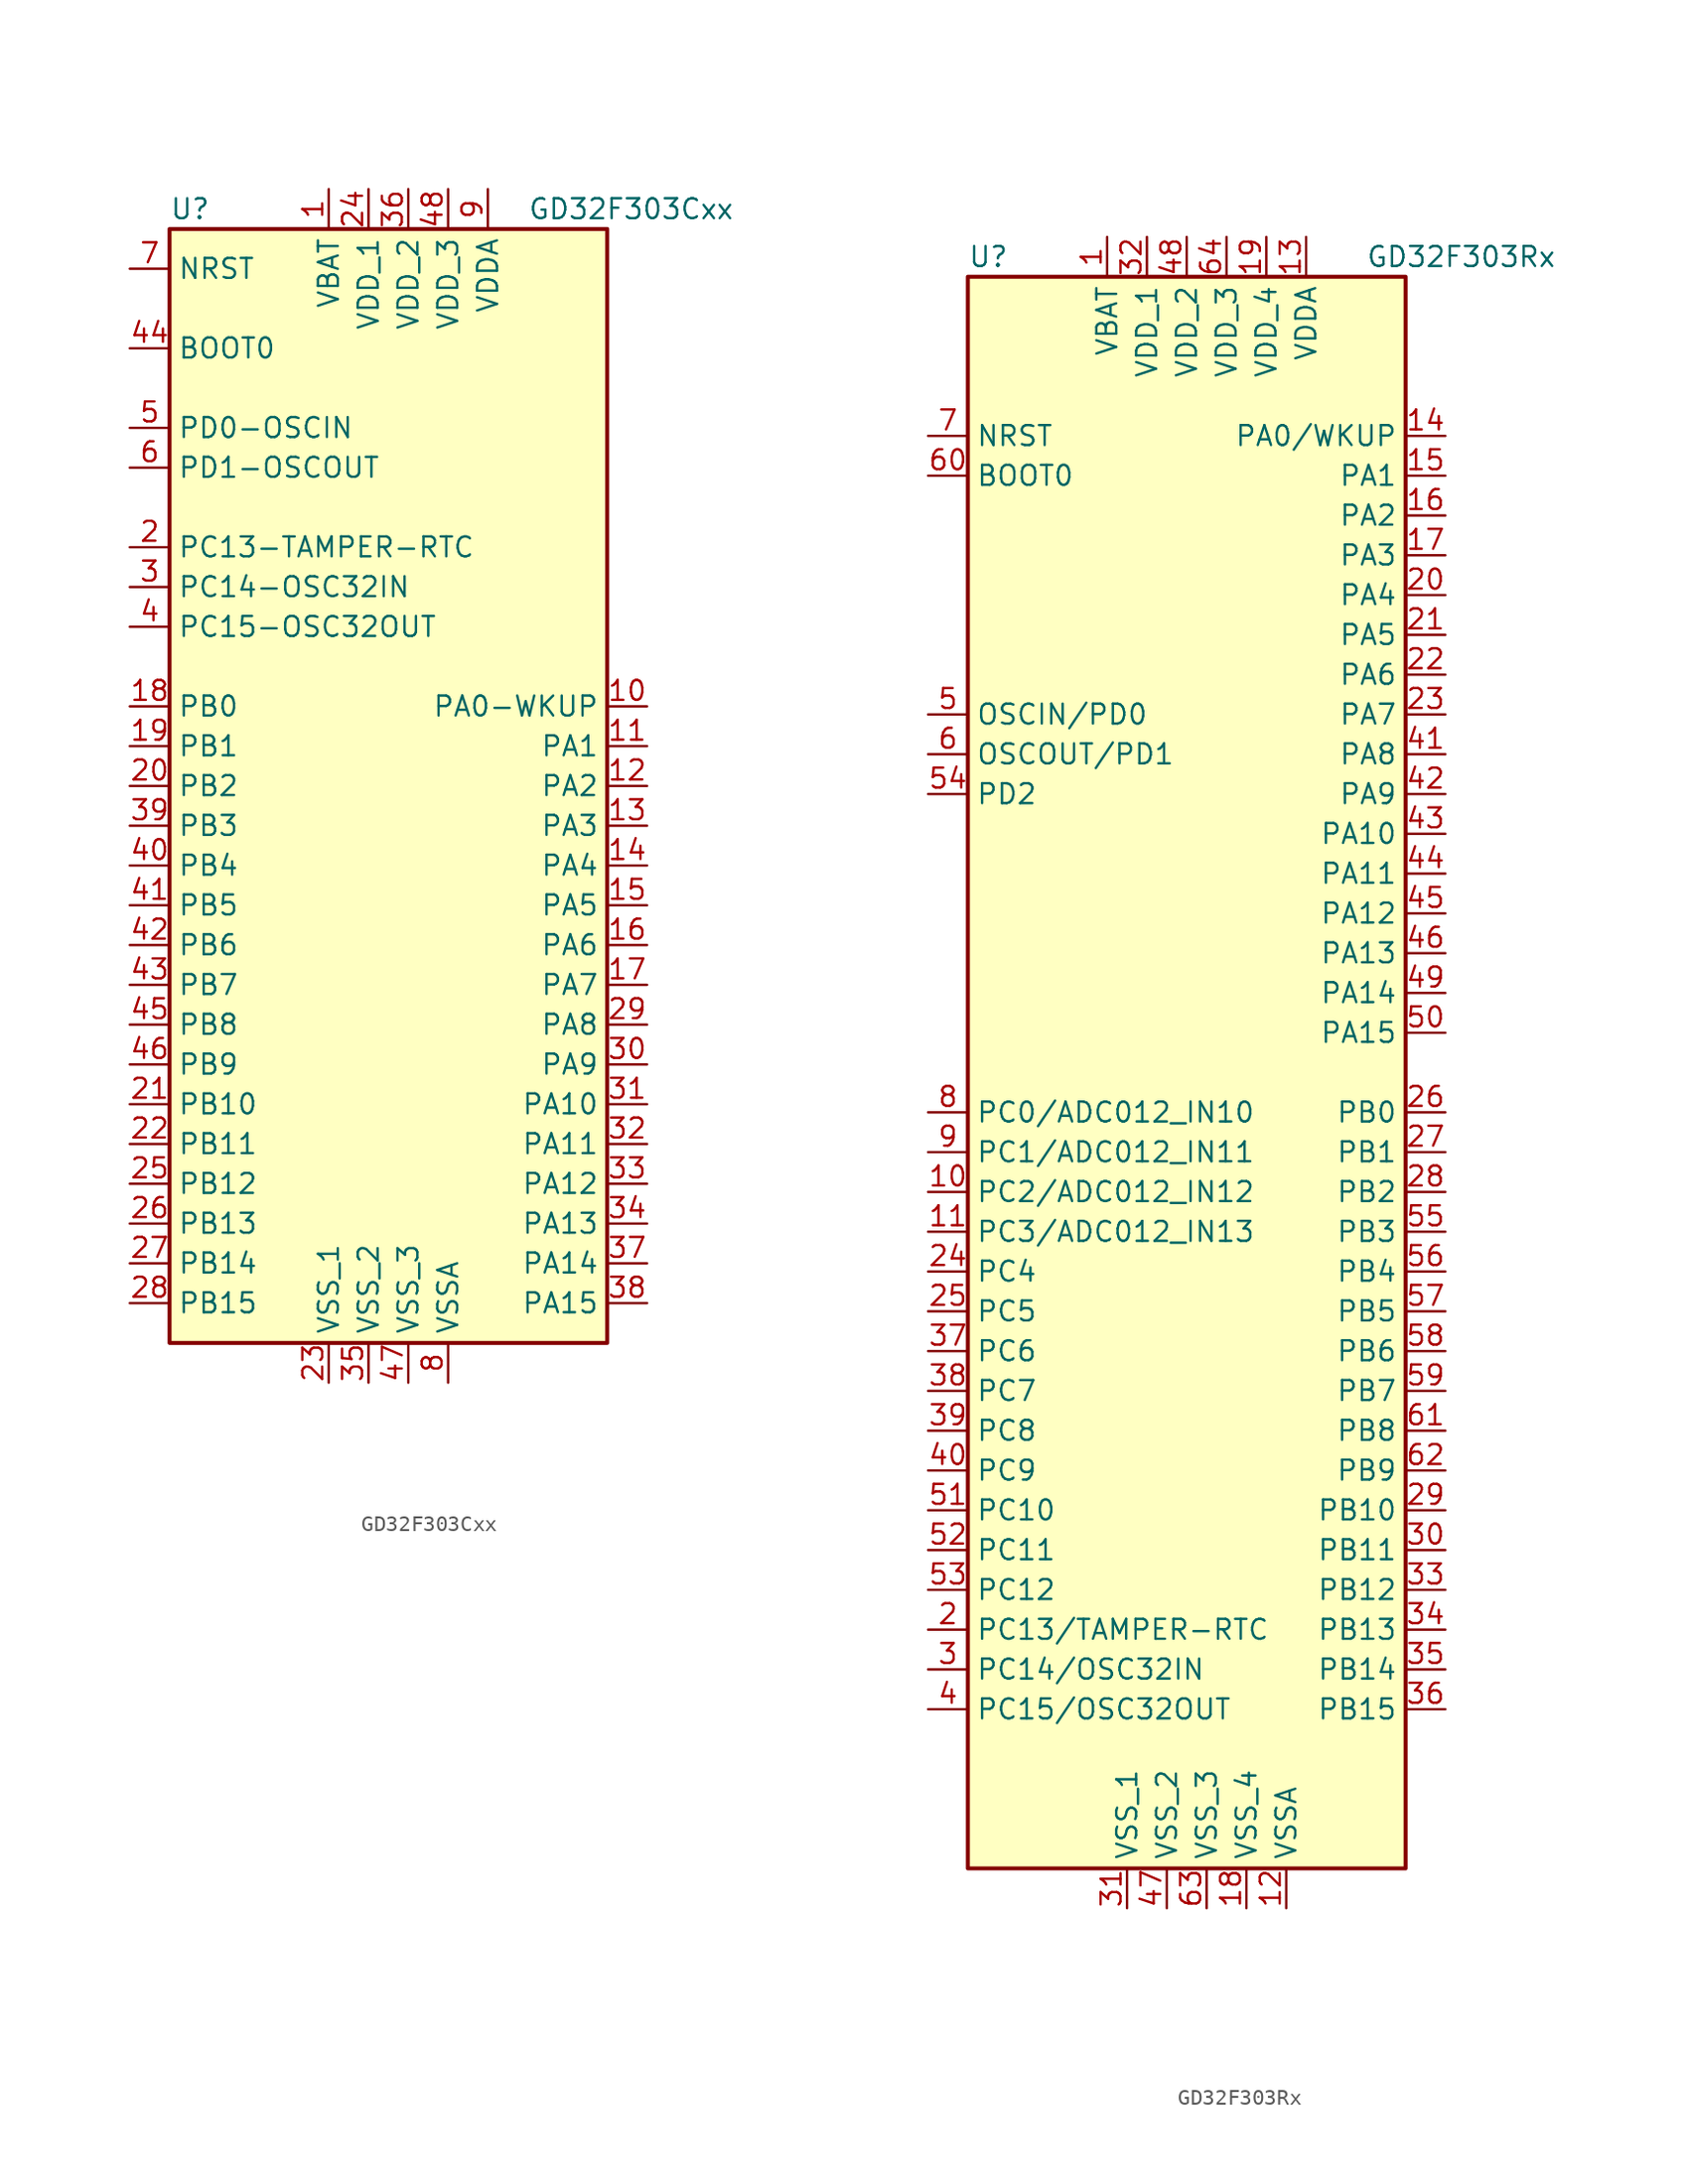
<source format=kicad_sym>
(kicad_symbol_lib
  (version 20211014)
  (generator kicad_symbol_editor)
  (symbol "GD32F303Cxx"
    (property "Reference" "U"
      (at -15.24 36.83 0)
      (effects (font (size 1.27 1.27)) (justify left)))
    (property "Value" "GD32F303Cxx"
      (at 7.62 36.83 0)
      (effects (font (size 1.27 1.27)) (justify left)))
    (symbol "GD32F303Cxx_0_1"
      (rectangle (start -15.24 -35.56) (end 12.7 35.56) (stroke (width 0.254) (type default) (color 0 0 0 0)) (fill (type background))))
    (symbol "GD32F303Cxx_1_1"
      (pin power_in line (at -5.08 38.1 270) (length 2.54) (name "VBAT" (effects (font (size 1.27 1.27)))) (number "1" (effects (font (size 1.27 1.27)))))
      (pin bidirectional line (at 15.24 5.08 180) (length 2.54) (name "PA0-WKUP" (effects (font (size 1.27 1.27)))) (number "10" (effects (font (size 1.27 1.27)))))
      (pin bidirectional line (at 15.24 2.54 180) (length 2.54) (name "PA1" (effects (font (size 1.27 1.27)))) (number "11" (effects (font (size 1.27 1.27)))))
      (pin bidirectional line (at 15.24 0 180) (length 2.54) (name "PA2" (effects (font (size 1.27 1.27)))) (number "12" (effects (font (size 1.27 1.27)))))
      (pin bidirectional line (at 15.24 -2.54 180) (length 2.54) (name "PA3" (effects (font (size 1.27 1.27)))) (number "13" (effects (font (size 1.27 1.27)))))
      (pin bidirectional line (at 15.24 -5.08 180) (length 2.54) (name "PA4" (effects (font (size 1.27 1.27)))) (number "14" (effects (font (size 1.27 1.27)))))
      (pin bidirectional line (at 15.24 -7.62 180) (length 2.54) (name "PA5" (effects (font (size 1.27 1.27)))) (number "15" (effects (font (size 1.27 1.27)))))
      (pin bidirectional line (at 15.24 -10.16 180) (length 2.54) (name "PA6" (effects (font (size 1.27 1.27)))) (number "16" (effects (font (size 1.27 1.27)))))
      (pin bidirectional line (at 15.24 -12.7 180) (length 2.54) (name "PA7" (effects (font (size 1.27 1.27)))) (number "17" (effects (font (size 1.27 1.27)))))
      (pin bidirectional line (at -17.78 5.08 0) (length 2.54) (name "PB0" (effects (font (size 1.27 1.27)))) (number "18" (effects (font (size 1.27 1.27)))))
      (pin bidirectional line (at -17.78 2.54 0) (length 2.54) (name "PB1" (effects (font (size 1.27 1.27)))) (number "19" (effects (font (size 1.27 1.27)))))
      (pin bidirectional line (at -17.78 15.24 0) (length 2.54) (name "PC13-TAMPER-RTC" (effects (font (size 1.27 1.27)))) (number "2" (effects (font (size 1.27 1.27)))))
      (pin bidirectional line (at -17.78 0 0) (length 2.54) (name "PB2" (effects (font (size 1.27 1.27)))) (number "20" (effects (font (size 1.27 1.27)))))
      (pin bidirectional line (at -17.78 -20.32 0) (length 2.54) (name "PB10" (effects (font (size 1.27 1.27)))) (number "21" (effects (font (size 1.27 1.27)))))
      (pin bidirectional line (at -17.78 -22.86 0) (length 2.54) (name "PB11" (effects (font (size 1.27 1.27)))) (number "22" (effects (font (size 1.27 1.27)))))
      (pin power_in line (at -5.08 -38.1 90) (length 2.54) (name "VSS_1" (effects (font (size 1.27 1.27)))) (number "23" (effects (font (size 1.27 1.27)))))
      (pin power_in line (at -2.54 38.1 270) (length 2.54) (name "VDD_1" (effects (font (size 1.27 1.27)))) (number "24" (effects (font (size 1.27 1.27)))))
      (pin bidirectional line (at -17.78 -25.4 0) (length 2.54) (name "PB12" (effects (font (size 1.27 1.27)))) (number "25" (effects (font (size 1.27 1.27)))))
      (pin bidirectional line (at -17.78 -27.94 0) (length 2.54) (name "PB13" (effects (font (size 1.27 1.27)))) (number "26" (effects (font (size 1.27 1.27)))))
      (pin bidirectional line (at -17.78 -30.48 0) (length 2.54) (name "PB14" (effects (font (size 1.27 1.27)))) (number "27" (effects (font (size 1.27 1.27)))))
      (pin bidirectional line (at -17.78 -33.02 0) (length 2.54) (name "PB15" (effects (font (size 1.27 1.27)))) (number "28" (effects (font (size 1.27 1.27)))))
      (pin bidirectional line (at 15.24 -15.24 180) (length 2.54) (name "PA8" (effects (font (size 1.27 1.27)))) (number "29" (effects (font (size 1.27 1.27)))))
      (pin bidirectional line (at -17.78 12.7 0) (length 2.54) (name "PC14-OSC32IN" (effects (font (size 1.27 1.27)))) (number "3" (effects (font (size 1.27 1.27)))))
      (pin bidirectional line (at 15.24 -17.78 180) (length 2.54) (name "PA9" (effects (font (size 1.27 1.27)))) (number "30" (effects (font (size 1.27 1.27)))))
      (pin bidirectional line (at 15.24 -20.32 180) (length 2.54) (name "PA10" (effects (font (size 1.27 1.27)))) (number "31" (effects (font (size 1.27 1.27)))))
      (pin bidirectional line (at 15.24 -22.86 180) (length 2.54) (name "PA11" (effects (font (size 1.27 1.27)))) (number "32" (effects (font (size 1.27 1.27)))))
      (pin bidirectional line (at 15.24 -25.4 180) (length 2.54) (name "PA12" (effects (font (size 1.27 1.27)))) (number "33" (effects (font (size 1.27 1.27)))))
      (pin bidirectional line (at 15.24 -27.94 180) (length 2.54) (name "PA13" (effects (font (size 1.27 1.27)))) (number "34" (effects (font (size 1.27 1.27)))))
      (pin power_in line (at -2.54 -38.1 90) (length 2.54) (name "VSS_2" (effects (font (size 1.27 1.27)))) (number "35" (effects (font (size 1.27 1.27)))))
      (pin power_in line (at 0 38.1 270) (length 2.54) (name "VDD_2" (effects (font (size 1.27 1.27)))) (number "36" (effects (font (size 1.27 1.27)))))
      (pin bidirectional line (at 15.24 -30.48 180) (length 2.54) (name "PA14" (effects (font (size 1.27 1.27)))) (number "37" (effects (font (size 1.27 1.27)))))
      (pin bidirectional line (at 15.24 -33.02 180) (length 2.54) (name "PA15" (effects (font (size 1.27 1.27)))) (number "38" (effects (font (size 1.27 1.27)))))
      (pin bidirectional line (at -17.78 -2.54 0) (length 2.54) (name "PB3" (effects (font (size 1.27 1.27)))) (number "39" (effects (font (size 1.27 1.27)))))
      (pin bidirectional line (at -17.78 10.16 0) (length 2.54) (name "PC15-OSC32OUT" (effects (font (size 1.27 1.27)))) (number "4" (effects (font (size 1.27 1.27)))))
      (pin bidirectional line (at -17.78 -5.08 0) (length 2.54) (name "PB4" (effects (font (size 1.27 1.27)))) (number "40" (effects (font (size 1.27 1.27)))))
      (pin bidirectional line (at -17.78 -7.62 0) (length 2.54) (name "PB5" (effects (font (size 1.27 1.27)))) (number "41" (effects (font (size 1.27 1.27)))))
      (pin bidirectional line (at -17.78 -10.16 0) (length 2.54) (name "PB6" (effects (font (size 1.27 1.27)))) (number "42" (effects (font (size 1.27 1.27)))))
      (pin bidirectional line (at -17.78 -12.7 0) (length 2.54) (name "PB7" (effects (font (size 1.27 1.27)))) (number "43" (effects (font (size 1.27 1.27)))))
      (pin input line (at -17.78 27.94 0) (length 2.54) (name "BOOT0" (effects (font (size 1.27 1.27)))) (number "44" (effects (font (size 1.27 1.27)))))
      (pin bidirectional line (at -17.78 -15.24 0) (length 2.54) (name "PB8" (effects (font (size 1.27 1.27)))) (number "45" (effects (font (size 1.27 1.27)))))
      (pin bidirectional line (at -17.78 -17.78 0) (length 2.54) (name "PB9" (effects (font (size 1.27 1.27)))) (number "46" (effects (font (size 1.27 1.27)))))
      (pin power_in line (at 0 -38.1 90) (length 2.54) (name "VSS_3" (effects (font (size 1.27 1.27)))) (number "47" (effects (font (size 1.27 1.27)))))
      (pin power_in line (at 2.54 38.1 270) (length 2.54) (name "VDD_3" (effects (font (size 1.27 1.27)))) (number "48" (effects (font (size 1.27 1.27)))))
      (pin input line (at -17.78 22.86 0) (length 2.54) (name "PD0-OSCIN" (effects (font (size 1.27 1.27)))) (number "5" (effects (font (size 1.27 1.27)))))
      (pin input line (at -17.78 20.32 0) (length 2.54) (name "PD1-OSCOUT" (effects (font (size 1.27 1.27)))) (number "6" (effects (font (size 1.27 1.27)))))
      (pin input line (at -17.78 33.02 0) (length 2.54) (name "NRST" (effects (font (size 1.27 1.27)))) (number "7" (effects (font (size 1.27 1.27)))))
      (pin power_in line (at 2.54 -38.1 90) (length 2.54) (name "VSSA" (effects (font (size 1.27 1.27)))) (number "8" (effects (font (size 1.27 1.27)))))
      (pin power_in line (at 5.08 38.1 270) (length 2.54) (name "VDDA" (effects (font (size 1.27 1.27)))) (number "9" (effects (font (size 1.27 1.27)))))))
  (symbol "GD32F303Rx"
    (property "Reference" "U"
      (at -15.24 36.83 0)
      (effects (font (size 1.27 1.27)) (justify left)))
    (property "Value" "GD32F303Rx"
      (at 10.16 36.83 0)
      (effects (font (size 1.27 1.27)) (justify left)))
    (symbol "GD32F303Rx_0_1"
      (rectangle (start -15.24 35.56) (end 12.7 -66.04) (stroke (width 0.254) (type default) (color 0 0 0 0)) (fill (type background))))
    (symbol "GD32F303Rx_1_1"
      (pin power_in line (at -6.35 38.1 270) (length 2.54) (name "VBAT" (effects (font (size 1.27 1.27)))) (number "1" (effects (font (size 1.27 1.27)))))
      (pin bidirectional line (at -17.78 -22.86 0) (length 2.54) (name "PC2/ADC012_IN12" (effects (font (size 1.27 1.27)))) (number "10" (effects (font (size 1.27 1.27)))))
      (pin bidirectional line (at -17.78 -25.4 0) (length 2.54) (name "PC3/ADC012_IN13" (effects (font (size 1.27 1.27)))) (number "11" (effects (font (size 1.27 1.27)))))
      (pin power_in line (at 5.08 -68.58 90) (length 2.54) (name "VSSA" (effects (font (size 1.27 1.27)))) (number "12" (effects (font (size 1.27 1.27)))))
      (pin power_in line (at 6.35 38.1 270) (length 2.54) (name "VDDA" (effects (font (size 1.27 1.27)))) (number "13" (effects (font (size 1.27 1.27)))))
      (pin bidirectional line (at 15.24 25.4 180) (length 2.54) (name "PA0/WKUP" (effects (font (size 1.27 1.27)))) (number "14" (effects (font (size 1.27 1.27)))))
      (pin bidirectional line (at 15.24 22.86 180) (length 2.54) (name "PA1" (effects (font (size 1.27 1.27)))) (number "15" (effects (font (size 1.27 1.27)))))
      (pin bidirectional line (at 15.24 20.32 180) (length 2.54) (name "PA2" (effects (font (size 1.27 1.27)))) (number "16" (effects (font (size 1.27 1.27)))))
      (pin bidirectional line (at 15.24 17.78 180) (length 2.54) (name "PA3" (effects (font (size 1.27 1.27)))) (number "17" (effects (font (size 1.27 1.27)))))
      (pin power_in line (at 2.54 -68.58 90) (length 2.54) (name "VSS_4" (effects (font (size 1.27 1.27)))) (number "18" (effects (font (size 1.27 1.27)))))
      (pin power_in line (at 3.81 38.1 270) (length 2.54) (name "VDD_4" (effects (font (size 1.27 1.27)))) (number "19" (effects (font (size 1.27 1.27)))))
      (pin bidirectional line (at -17.78 -50.8 0) (length 2.54) (name "PC13/TAMPER-RTC" (effects (font (size 1.27 1.27)))) (number "2" (effects (font (size 1.27 1.27)))))
      (pin bidirectional line (at 15.24 15.24 180) (length 2.54) (name "PA4" (effects (font (size 1.27 1.27)))) (number "20" (effects (font (size 1.27 1.27)))))
      (pin bidirectional line (at 15.24 12.7 180) (length 2.54) (name "PA5" (effects (font (size 1.27 1.27)))) (number "21" (effects (font (size 1.27 1.27)))))
      (pin bidirectional line (at 15.24 10.16 180) (length 2.54) (name "PA6" (effects (font (size 1.27 1.27)))) (number "22" (effects (font (size 1.27 1.27)))))
      (pin bidirectional line (at 15.24 7.62 180) (length 2.54) (name "PA7" (effects (font (size 1.27 1.27)))) (number "23" (effects (font (size 1.27 1.27)))))
      (pin bidirectional line (at -17.78 -27.94 0) (length 2.54) (name "PC4" (effects (font (size 1.27 1.27)))) (number "24" (effects (font (size 1.27 1.27)))))
      (pin bidirectional line (at -17.78 -30.48 0) (length 2.54) (name "PC5" (effects (font (size 1.27 1.27)))) (number "25" (effects (font (size 1.27 1.27)))))
      (pin bidirectional line (at 15.24 -17.78 180) (length 2.54) (name "PB0" (effects (font (size 1.27 1.27)))) (number "26" (effects (font (size 1.27 1.27)))))
      (pin bidirectional line (at 15.24 -20.32 180) (length 2.54) (name "PB1" (effects (font (size 1.27 1.27)))) (number "27" (effects (font (size 1.27 1.27)))))
      (pin bidirectional line (at 15.24 -22.86 180) (length 2.54) (name "PB2" (effects (font (size 1.27 1.27)))) (number "28" (effects (font (size 1.27 1.27)))))
      (pin bidirectional line (at 15.24 -43.18 180) (length 2.54) (name "PB10" (effects (font (size 1.27 1.27)))) (number "29" (effects (font (size 1.27 1.27)))))
      (pin bidirectional line (at -17.78 -53.34 0) (length 2.54) (name "PC14/OSC32IN" (effects (font (size 1.27 1.27)))) (number "3" (effects (font (size 1.27 1.27)))))
      (pin bidirectional line (at 15.24 -45.72 180) (length 2.54) (name "PB11" (effects (font (size 1.27 1.27)))) (number "30" (effects (font (size 1.27 1.27)))))
      (pin power_in line (at -5.08 -68.58 90) (length 2.54) (name "VSS_1" (effects (font (size 1.27 1.27)))) (number "31" (effects (font (size 1.27 1.27)))))
      (pin power_in line (at -3.81 38.1 270) (length 2.54) (name "VDD_1" (effects (font (size 1.27 1.27)))) (number "32" (effects (font (size 1.27 1.27)))))
      (pin bidirectional line (at 15.24 -48.26 180) (length 2.54) (name "PB12" (effects (font (size 1.27 1.27)))) (number "33" (effects (font (size 1.27 1.27)))))
      (pin bidirectional line (at 15.24 -50.8 180) (length 2.54) (name "PB13" (effects (font (size 1.27 1.27)))) (number "34" (effects (font (size 1.27 1.27)))))
      (pin bidirectional line (at 15.24 -53.34 180) (length 2.54) (name "PB14" (effects (font (size 1.27 1.27)))) (number "35" (effects (font (size 1.27 1.27)))))
      (pin bidirectional line (at 15.24 -55.88 180) (length 2.54) (name "PB15" (effects (font (size 1.27 1.27)))) (number "36" (effects (font (size 1.27 1.27)))))
      (pin bidirectional line (at -17.78 -33.02 0) (length 2.54) (name "PC6" (effects (font (size 1.27 1.27)))) (number "37" (effects (font (size 1.27 1.27)))))
      (pin bidirectional line (at -17.78 -35.56 0) (length 2.54) (name "PC7" (effects (font (size 1.27 1.27)))) (number "38" (effects (font (size 1.27 1.27)))))
      (pin bidirectional line (at -17.78 -38.1 0) (length 2.54) (name "PC8" (effects (font (size 1.27 1.27)))) (number "39" (effects (font (size 1.27 1.27)))))
      (pin bidirectional line (at -17.78 -55.88 0) (length 2.54) (name "PC15/OSC32OUT" (effects (font (size 1.27 1.27)))) (number "4" (effects (font (size 1.27 1.27)))))
      (pin bidirectional line (at -17.78 -40.64 0) (length 2.54) (name "PC9" (effects (font (size 1.27 1.27)))) (number "40" (effects (font (size 1.27 1.27)))))
      (pin bidirectional line (at 15.24 5.08 180) (length 2.54) (name "PA8" (effects (font (size 1.27 1.27)))) (number "41" (effects (font (size 1.27 1.27)))))
      (pin bidirectional line (at 15.24 2.54 180) (length 2.54) (name "PA9" (effects (font (size 1.27 1.27)))) (number "42" (effects (font (size 1.27 1.27)))))
      (pin bidirectional line (at 15.24 0 180) (length 2.54) (name "PA10" (effects (font (size 1.27 1.27)))) (number "43" (effects (font (size 1.27 1.27)))))
      (pin bidirectional line (at 15.24 -2.54 180) (length 2.54) (name "PA11" (effects (font (size 1.27 1.27)))) (number "44" (effects (font (size 1.27 1.27)))))
      (pin bidirectional line (at 15.24 -5.08 180) (length 2.54) (name "PA12" (effects (font (size 1.27 1.27)))) (number "45" (effects (font (size 1.27 1.27)))))
      (pin bidirectional line (at 15.24 -7.62 180) (length 2.54) (name "PA13" (effects (font (size 1.27 1.27)))) (number "46" (effects (font (size 1.27 1.27)))))
      (pin power_in line (at -2.54 -68.58 90) (length 2.54) (name "VSS_2" (effects (font (size 1.27 1.27)))) (number "47" (effects (font (size 1.27 1.27)))))
      (pin power_in line (at -1.27 38.1 270) (length 2.54) (name "VDD_2" (effects (font (size 1.27 1.27)))) (number "48" (effects (font (size 1.27 1.27)))))
      (pin bidirectional line (at 15.24 -10.16 180) (length 2.54) (name "PA14" (effects (font (size 1.27 1.27)))) (number "49" (effects (font (size 1.27 1.27)))))
      (pin bidirectional line (at -17.78 7.62 0) (length 2.54) (name "OSCIN/PD0" (effects (font (size 1.27 1.27)))) (number "5" (effects (font (size 1.27 1.27)))))
      (pin bidirectional line (at 15.24 -12.7 180) (length 2.54) (name "PA15" (effects (font (size 1.27 1.27)))) (number "50" (effects (font (size 1.27 1.27)))))
      (pin bidirectional line (at -17.78 -43.18 0) (length 2.54) (name "PC10" (effects (font (size 1.27 1.27)))) (number "51" (effects (font (size 1.27 1.27)))))
      (pin bidirectional line (at -17.78 -45.72 0) (length 2.54) (name "PC11" (effects (font (size 1.27 1.27)))) (number "52" (effects (font (size 1.27 1.27)))))
      (pin bidirectional line (at -17.78 -48.26 0) (length 2.54) (name "PC12" (effects (font (size 1.27 1.27)))) (number "53" (effects (font (size 1.27 1.27)))))
      (pin bidirectional line (at -17.78 2.54 0) (length 2.54) (name "PD2" (effects (font (size 1.27 1.27)))) (number "54" (effects (font (size 1.27 1.27)))))
      (pin bidirectional line (at 15.24 -25.4 180) (length 2.54) (name "PB3" (effects (font (size 1.27 1.27)))) (number "55" (effects (font (size 1.27 1.27)))))
      (pin bidirectional line (at 15.24 -27.94 180) (length 2.54) (name "PB4" (effects (font (size 1.27 1.27)))) (number "56" (effects (font (size 1.27 1.27)))))
      (pin bidirectional line (at 15.24 -30.48 180) (length 2.54) (name "PB5" (effects (font (size 1.27 1.27)))) (number "57" (effects (font (size 1.27 1.27)))))
      (pin bidirectional line (at 15.24 -33.02 180) (length 2.54) (name "PB6" (effects (font (size 1.27 1.27)))) (number "58" (effects (font (size 1.27 1.27)))))
      (pin bidirectional line (at 15.24 -35.56 180) (length 2.54) (name "PB7" (effects (font (size 1.27 1.27)))) (number "59" (effects (font (size 1.27 1.27)))))
      (pin bidirectional line (at -17.78 5.08 0) (length 2.54) (name "OSCOUT/PD1" (effects (font (size 1.27 1.27)))) (number "6" (effects (font (size 1.27 1.27)))))
      (pin input line (at -17.78 22.86 0) (length 2.54) (name "BOOT0" (effects (font (size 1.27 1.27)))) (number "60" (effects (font (size 1.27 1.27)))))
      (pin bidirectional line (at 15.24 -38.1 180) (length 2.54) (name "PB8" (effects (font (size 1.27 1.27)))) (number "61" (effects (font (size 1.27 1.27)))))
      (pin bidirectional line (at 15.24 -40.64 180) (length 2.54) (name "PB9" (effects (font (size 1.27 1.27)))) (number "62" (effects (font (size 1.27 1.27)))))
      (pin power_in line (at 0 -68.58 90) (length 2.54) (name "VSS_3" (effects (font (size 1.27 1.27)))) (number "63" (effects (font (size 1.27 1.27)))))
      (pin power_in line (at 1.27 38.1 270) (length 2.54) (name "VDD_3" (effects (font (size 1.27 1.27)))) (number "64" (effects (font (size 1.27 1.27)))))
      (pin input line (at -17.78 25.4 0) (length 2.54) (name "NRST" (effects (font (size 1.27 1.27)))) (number "7" (effects (font (size 1.27 1.27)))))
      (pin bidirectional line (at -17.78 -17.78 0) (length 2.54) (name "PC0/ADC012_IN10" (effects (font (size 1.27 1.27)))) (number "8" (effects (font (size 1.27 1.27)))))
      (pin bidirectional line (at -17.78 -20.32 0) (length 2.54) (name "PC1/ADC012_IN11" (effects (font (size 1.27 1.27)))) (number "9" (effects (font (size 1.27 1.27))))))))
</source>
